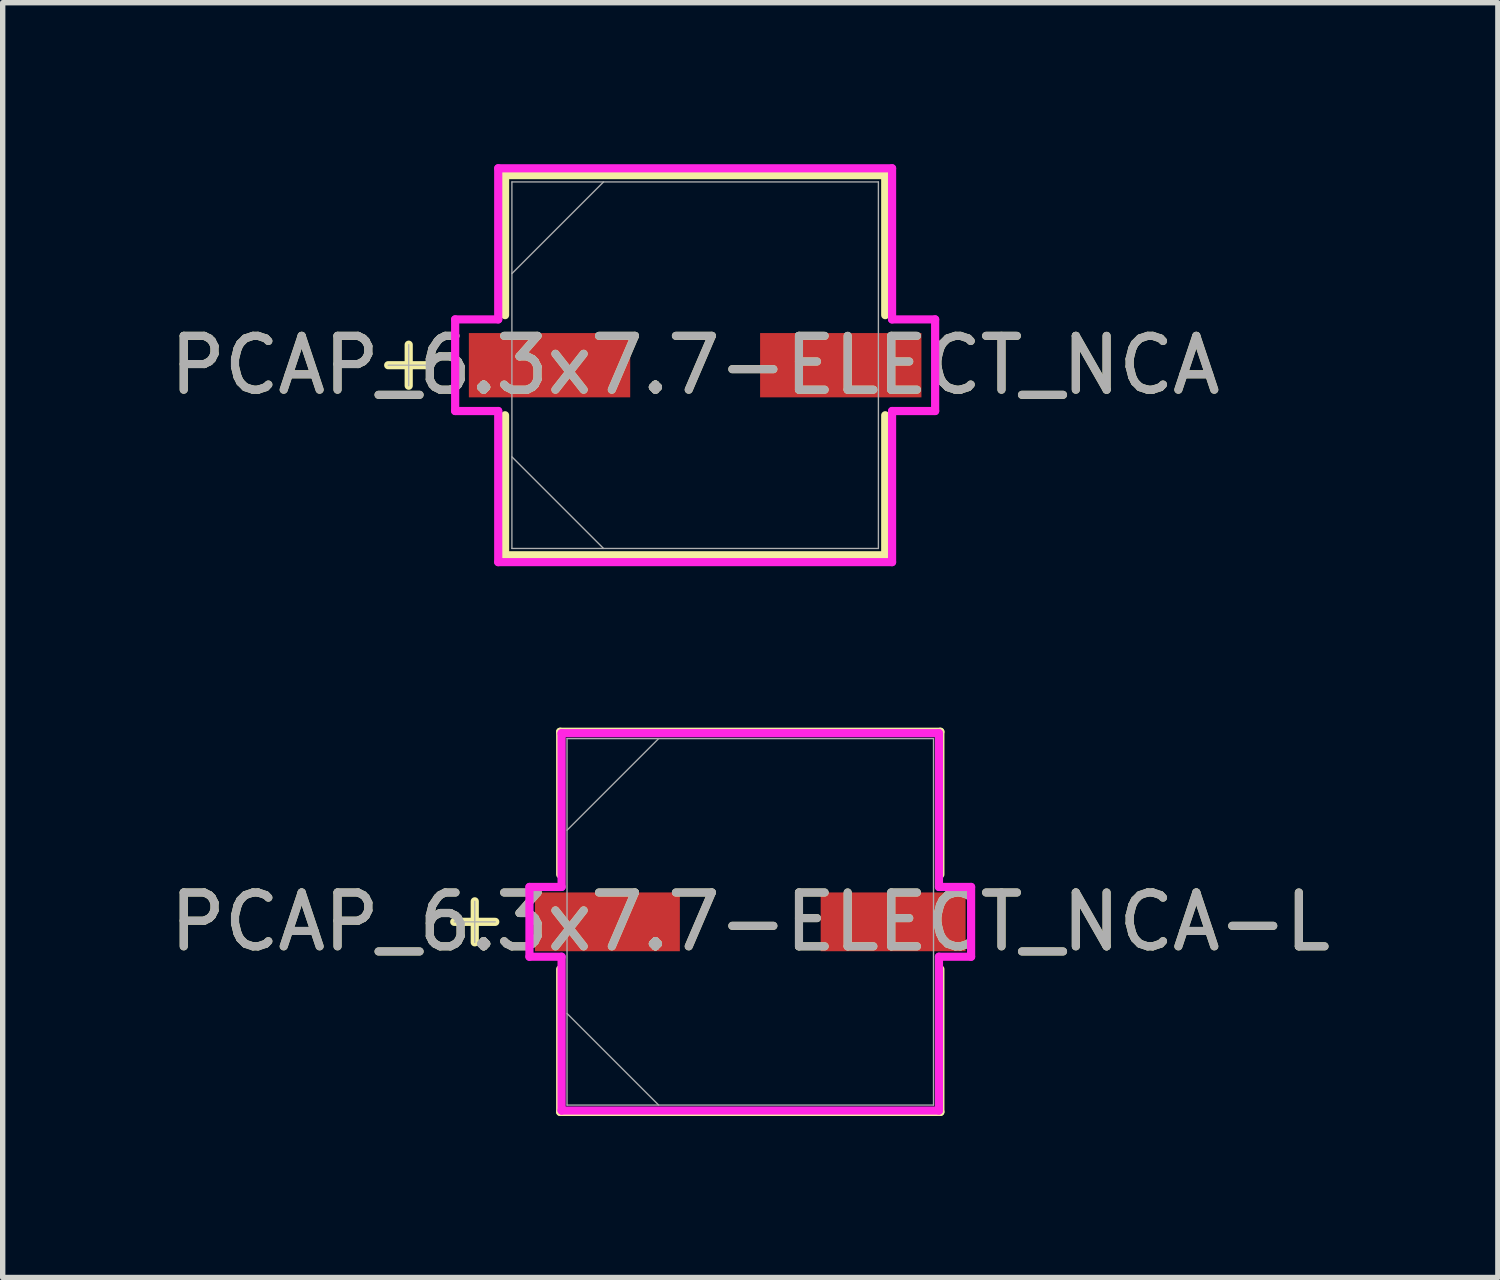
<source format=kicad_pcb>
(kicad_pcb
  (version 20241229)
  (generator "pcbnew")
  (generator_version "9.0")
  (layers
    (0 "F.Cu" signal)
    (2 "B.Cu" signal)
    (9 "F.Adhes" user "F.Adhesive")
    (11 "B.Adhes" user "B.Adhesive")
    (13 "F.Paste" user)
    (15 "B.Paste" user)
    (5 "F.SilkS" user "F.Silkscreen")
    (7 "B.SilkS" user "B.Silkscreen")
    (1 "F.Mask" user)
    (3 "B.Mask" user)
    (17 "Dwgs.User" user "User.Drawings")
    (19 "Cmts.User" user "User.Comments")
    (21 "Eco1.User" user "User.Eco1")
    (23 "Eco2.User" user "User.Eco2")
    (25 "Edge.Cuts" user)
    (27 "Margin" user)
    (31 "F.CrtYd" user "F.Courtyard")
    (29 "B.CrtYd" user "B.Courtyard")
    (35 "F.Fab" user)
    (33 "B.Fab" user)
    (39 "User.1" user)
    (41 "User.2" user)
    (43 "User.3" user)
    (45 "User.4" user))
  (footprint "PCAP_6.3x7.7-ELECT_NCA-L"
    (layer "F.Cu")
    (at 10.887 14.074)
    (property "Reference" "PCAP_6.3x7.7-ELECT_NCA-L" (at 0 0 0) (unlocked yes) (layer "F.SilkS") (effects (font (size 1 1) (thickness 0.15))))
    (attr smd)
    (fp_line (start -5.118 -0.381) (end -5.118 0.381) (stroke (width 0.152) (type solid)) (layer "F.SilkS"))
    (fp_line (start -4.737 0) (end -5.499 0) (stroke (width 0.152) (type solid)) (layer "F.SilkS"))
    (fp_line (start -3.531 -3.531) (end -3.531 -0.879) (stroke (width 0.152) (type solid)) (layer "F.SilkS"))
    (fp_line (start -3.531 0.879) (end -3.531 3.531) (stroke (width 0.152) (type solid)) (layer "F.SilkS"))
    (fp_line (start -3.531 3.531) (end 3.531 3.531) (stroke (width 0.152) (type solid)) (layer "F.SilkS"))
    (fp_line (start 3.531 -3.531) (end -3.531 -3.531) (stroke (width 0.152) (type solid)) (layer "F.SilkS"))
    (fp_line (start 3.531 -0.879) (end 3.531 -3.531) (stroke (width 0.152) (type solid)) (layer "F.SilkS"))
    (fp_line (start 3.531 3.531) (end 3.531 0.879) (stroke (width 0.152) (type solid)) (layer "F.SilkS"))
    (fp_line (start -4.102 -0.648) (end -3.505 -0.648) (stroke (width 0.152) (type solid)) (layer "F.CrtYd"))
    (fp_line (start -4.102 0.648) (end -4.102 -0.648) (stroke (width 0.152) (type solid)) (layer "F.CrtYd"))
    (fp_line (start -3.505 -3.505) (end 3.505 -3.505) (stroke (width 0.152) (type solid)) (layer "F.CrtYd"))
    (fp_line (start -3.505 -0.648) (end -3.505 -3.505) (stroke (width 0.152) (type solid)) (layer "F.CrtYd"))
    (fp_line (start -3.505 0.648) (end -4.102 0.648) (stroke (width 0.152) (type solid)) (layer "F.CrtYd"))
    (fp_line (start -3.505 3.505) (end -3.505 0.648) (stroke (width 0.152) (type solid)) (layer "F.CrtYd"))
    (fp_line (start 3.505 -3.505) (end 3.505 -0.648) (stroke (width 0.152) (type solid)) (layer "F.CrtYd"))
    (fp_line (start 3.505 -0.648) (end 4.102 -0.648) (stroke (width 0.152) (type solid)) (layer "F.CrtYd"))
    (fp_line (start 3.505 0.648) (end 3.505 3.505) (stroke (width 0.152) (type solid)) (layer "F.CrtYd"))
    (fp_line (start 3.505 3.505) (end -3.505 3.505) (stroke (width 0.152) (type solid)) (layer "F.CrtYd"))
    (fp_line (start 4.102 -0.648) (end 4.102 0.648) (stroke (width 0.152) (type solid)) (layer "F.CrtYd"))
    (fp_line (start 4.102 0.648) (end 3.505 0.648) (stroke (width 0.152) (type solid)) (layer "F.CrtYd"))
    (fp_line (start -5.118 -0.381) (end -5.118 0.381) (stroke (width 0.025) (type solid)) (layer "F.Fab"))
    (fp_line (start -4.737 0) (end -5.499 0) (stroke (width 0.025) (type solid)) (layer "F.Fab"))
    (fp_line (start -3.404 -3.404) (end -3.404 3.404) (stroke (width 0.025) (type solid)) (layer "F.Fab"))
    (fp_line (start -3.404 -1.702) (end -1.702 -3.404) (stroke (width 0.025) (type solid)) (layer "F.Fab"))
    (fp_line (start -3.404 1.702) (end -1.702 3.404) (stroke (width 0.025) (type solid)) (layer "F.Fab"))
    (fp_line (start -3.404 3.404) (end 3.404 3.404) (stroke (width 0.025) (type solid)) (layer "F.Fab"))
    (fp_line (start 3.404 -3.404) (end -3.404 -3.404) (stroke (width 0.025) (type solid)) (layer "F.Fab"))
    (fp_line (start 3.404 3.404) (end 3.404 -3.404) (stroke (width 0.025) (type solid)) (layer "F.Fab"))
    (fp_text user "${REFERENCE}" (at 0 0 0) (unlocked yes) (layer "F.Fab") (effects (font (size 1 1) (thickness 0.15))))
    (pad "1" smd rect (at -2.654 0) (size 2.692 1.092) (layers "F.Cu" "F.Mask" "F.Paste"))
    (pad "2" smd rect (at 2.654 0) (size 2.692 1.092) (layers "F.Cu" "F.Mask" "F.Paste"))
    (zone (net_name "") (layer "F.Cu") (hatch full 0.508) (connect_pads) (min_thickness 0.254) (filled_areas_thickness no) (keepout (tracks not_allowed) (vias not_allowed) (pads allowed) (copperpour not_allowed) (footprints allowed)) (placement (enabled no)) (fill) (polygon (pts (xy 7.534 10.722) (xy 14.24 10.722) (xy 14.24 13.477) (xy 7.534 13.477))))
    (zone (net_name "") (layer "F.Cu") (hatch full 0.508) (connect_pads) (min_thickness 0.254) (filled_areas_thickness no) (keepout (tracks not_allowed) (vias not_allowed) (pads allowed) (copperpour not_allowed) (footprints allowed)) (placement (enabled no)) (fill) (polygon (pts (xy 7.534 14.671) (xy 14.24 14.671) (xy 14.24 17.427) (xy 7.534 17.427))))
    (zone (net_name "") (layer "F.Cu") (hatch full 0.508) (connect_pads) (min_thickness 0.254) (filled_areas_thickness no) (keepout (tracks not_allowed) (vias not_allowed) (pads allowed) (copperpour not_allowed) (footprints allowed)) (placement (enabled no)) (fill) (polygon (pts (xy 9.63 13.477) (xy 12.144 13.477) (xy 12.144 14.671) (xy 9.63 14.671)))))
  (footprint "PCAP_6.3x7.7-ELECT_NCA"
    (layer "F.Cu")
    (at 9.863 3.734)
    (property "Reference" "PCAP_6.3x7.7-ELECT_NCA" (at 0 0 0) (unlocked yes) (layer "F.SilkS") (effects (font (size 1 1) (thickness 0.15))))
    (attr smd)
    (fp_line (start -5.321 -0.381) (end -5.321 0.381) (stroke (width 0.152) (type solid)) (layer "F.SilkS"))
    (fp_line (start -4.94 0) (end -5.702 0) (stroke (width 0.152) (type solid)) (layer "F.SilkS"))
    (fp_line (start -3.531 -3.531) (end -3.531 -0.93) (stroke (width 0.152) (type solid)) (layer "F.SilkS"))
    (fp_line (start -3.531 0.93) (end -3.531 3.531) (stroke (width 0.152) (type solid)) (layer "F.SilkS"))
    (fp_line (start -3.531 3.531) (end 3.531 3.531) (stroke (width 0.152) (type solid)) (layer "F.SilkS"))
    (fp_line (start 3.531 -3.531) (end -3.531 -3.531) (stroke (width 0.152) (type solid)) (layer "F.SilkS"))
    (fp_line (start 3.531 -0.93) (end 3.531 -3.531) (stroke (width 0.152) (type solid)) (layer "F.SilkS"))
    (fp_line (start 3.531 3.531) (end 3.531 0.93) (stroke (width 0.152) (type solid)) (layer "F.SilkS"))
    (fp_line (start -4.458 -0.851) (end -3.658 -0.851) (stroke (width 0.152) (type solid)) (layer "F.CrtYd"))
    (fp_line (start -4.458 0.851) (end -4.458 -0.851) (stroke (width 0.152) (type solid)) (layer "F.CrtYd"))
    (fp_line (start -3.658 -3.658) (end 3.658 -3.658) (stroke (width 0.152) (type solid)) (layer "F.CrtYd"))
    (fp_line (start -3.658 -0.851) (end -3.658 -3.658) (stroke (width 0.152) (type solid)) (layer "F.CrtYd"))
    (fp_line (start -3.658 0.851) (end -4.458 0.851) (stroke (width 0.152) (type solid)) (layer "F.CrtYd"))
    (fp_line (start -3.658 3.658) (end -3.658 0.851) (stroke (width 0.152) (type solid)) (layer "F.CrtYd"))
    (fp_line (start 3.658 -3.658) (end 3.658 -0.851) (stroke (width 0.152) (type solid)) (layer "F.CrtYd"))
    (fp_line (start 3.658 -0.851) (end 4.458 -0.851) (stroke (width 0.152) (type solid)) (layer "F.CrtYd"))
    (fp_line (start 3.658 0.851) (end 3.658 3.658) (stroke (width 0.152) (type solid)) (layer "F.CrtYd"))
    (fp_line (start 3.658 3.658) (end -3.658 3.658) (stroke (width 0.152) (type solid)) (layer "F.CrtYd"))
    (fp_line (start 4.458 -0.851) (end 4.458 0.851) (stroke (width 0.152) (type solid)) (layer "F.CrtYd"))
    (fp_line (start 4.458 0.851) (end 3.658 0.851) (stroke (width 0.152) (type solid)) (layer "F.CrtYd"))
    (fp_line (start -5.321 -0.381) (end -5.321 0.381) (stroke (width 0.025) (type solid)) (layer "F.Fab"))
    (fp_line (start -4.94 0) (end -5.702 0) (stroke (width 0.025) (type solid)) (layer "F.Fab"))
    (fp_line (start -3.404 -3.404) (end -3.404 3.404) (stroke (width 0.025) (type solid)) (layer "F.Fab"))
    (fp_line (start -3.404 -1.702) (end -1.702 -3.404) (stroke (width 0.025) (type solid)) (layer "F.Fab"))
    (fp_line (start -3.404 1.702) (end -1.702 3.404) (stroke (width 0.025) (type solid)) (layer "F.Fab"))
    (fp_line (start -3.404 3.404) (end 3.404 3.404) (stroke (width 0.025) (type solid)) (layer "F.Fab"))
    (fp_line (start 3.404 -3.404) (end -3.404 -3.404) (stroke (width 0.025) (type solid)) (layer "F.Fab"))
    (fp_line (start 3.404 3.404) (end 3.404 -3.404) (stroke (width 0.025) (type solid)) (layer "F.Fab"))
    (fp_text user "${REFERENCE}" (at 0 0 0) (unlocked yes) (layer "F.Fab") (effects (font (size 1 1) (thickness 0.15))))
    (pad "1" smd rect (at -2.705 0) (size 2.997 1.194) (layers "F.Cu" "F.Mask" "F.Paste"))
    (pad "2" smd rect (at 2.705 0) (size 2.997 1.194) (layers "F.Cu" "F.Mask" "F.Paste"))
    (zone (net_name "") (layer "F.Cu") (hatch full 0.508) (connect_pads) (min_thickness 0.254) (filled_areas_thickness no) (keepout (tracks not_allowed) (vias not_allowed) (pads allowed) (copperpour not_allowed) (footprints allowed)) (placement (enabled no)) (fill) (polygon (pts (xy 6.51 0.381) (xy 13.216 0.381) (xy 13.216 3.086) (xy 6.51 3.086))))
    (zone (net_name "") (layer "F.Cu") (hatch full 0.508) (connect_pads) (min_thickness 0.254) (filled_areas_thickness no) (keepout (tracks not_allowed) (vias not_allowed) (pads allowed) (copperpour not_allowed) (footprints allowed)) (placement (enabled no)) (fill) (polygon (pts (xy 6.51 4.381) (xy 13.216 4.381) (xy 13.216 7.087) (xy 6.51 7.087))))
    (zone (net_name "") (layer "F.Cu") (hatch full 0.508) (connect_pads) (min_thickness 0.254) (filled_areas_thickness no) (keepout (tracks not_allowed) (vias not_allowed) (pads allowed) (copperpour not_allowed) (footprints allowed)) (placement (enabled no)) (fill) (polygon (pts (xy 8.707 3.086) (xy 11.019 3.086) (xy 11.019 4.381) (xy 8.707 4.381)))))
  (gr_rect
    (start -3 -3)
    (end 24.774 20.681)
    (stroke (width 0.1) (type default))
    (fill no)
    (layer "Edge.Cuts")))
</source>
